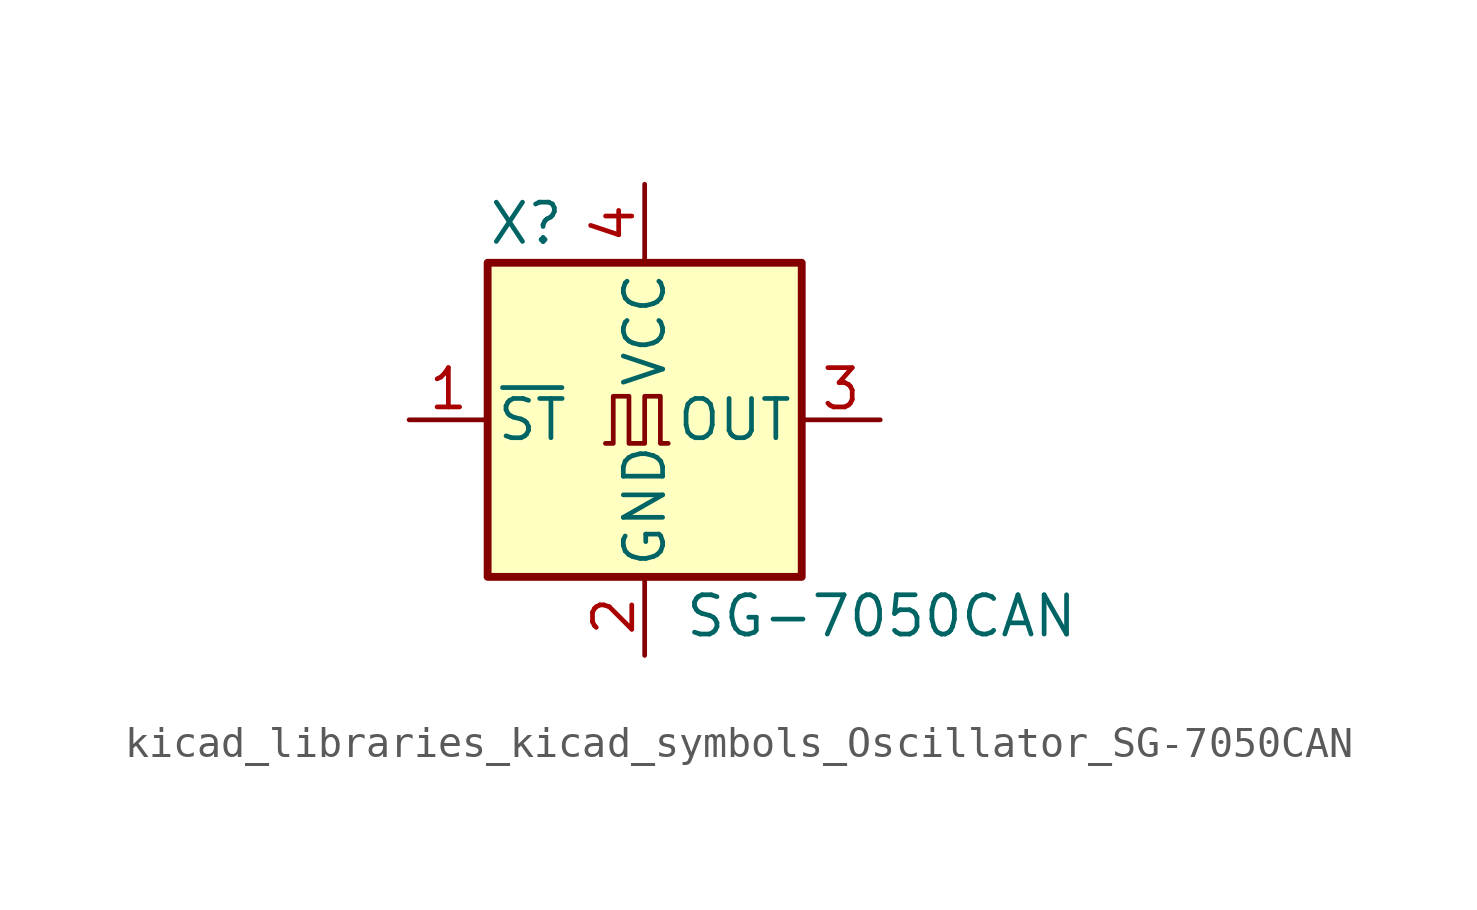
<source format=kicad_sym>
(kicad_symbol_lib
  (version 20220914)
  (generator kicad_symbol_editor)
  (symbol "kicad_libraries_kicad_symbols_Oscillator_SG-7050CAN"
    (pin_names
      (offset 0.254))
    (property "Reference" "X"
      (at -5.08 6.35 0)
      (effects (font (size 1.27 1.27)) (justify left)))
    (property "Value" "SG-7050CAN"
      (at 1.27 -6.35 0)
      (effects (font (size 1.27 1.27)) (justify left)))
    (symbol "kicad_libraries_kicad_symbols_Oscillator_SG-7050CAN_0_1"
      (rectangle (start -5.08 5.08) (end 5.08 -5.08) (stroke (width 0.254) (type default)) (fill (type background)))
      (polyline (pts (xy -1.27 -0.762) (xy -1.016 -0.762) (xy -1.016 0.762) (xy -0.508 0.762) (xy -0.508 -0.762) (xy 0 -0.762) (xy 0 0.762) (xy 0.508 0.762) (xy 0.508 -0.762) (xy 0.762 -0.762)) (stroke (width 0) (type default)) (fill (type none))))
    (symbol "kicad_libraries_kicad_symbols_Oscillator_SG-7050CAN_1_1"
      (pin input line (at -7.62 0 0) (length 2.54) (name "~{ST}" (effects (font (size 1.27 1.27)))) (number "1" (effects (font (size 1.27 1.27)))))
      (pin power_in line (at 0 -7.62 90) (length 2.54) (name "GND" (effects (font (size 1.27 1.27)))) (number "2" (effects (font (size 1.27 1.27)))))
      (pin output line (at 7.62 0 180) (length 2.54) (name "OUT" (effects (font (size 1.27 1.27)))) (number "3" (effects (font (size 1.27 1.27)))))
      (pin power_in line (at 0 7.62 270) (length 2.54) (name "VCC" (effects (font (size 1.27 1.27)))) (number "4" (effects (font (size 1.27 1.27))))))))
</source>
